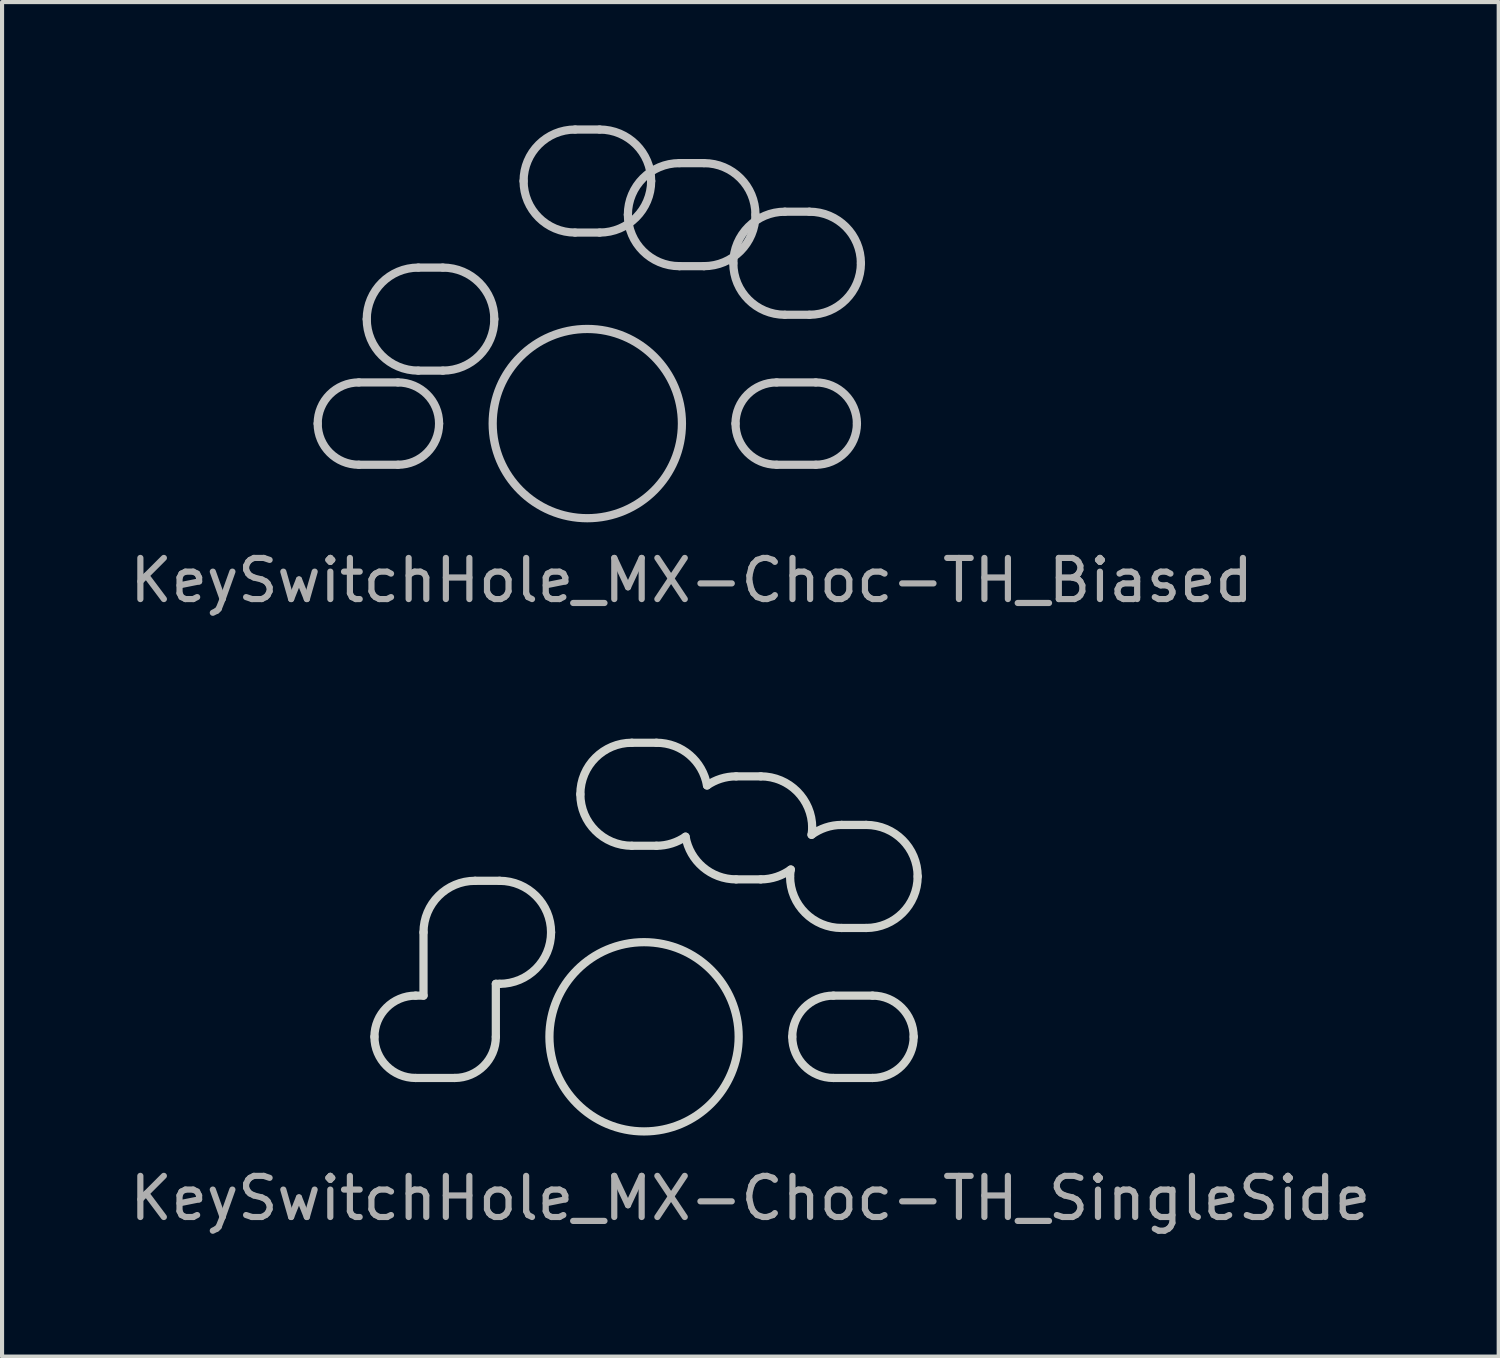
<source format=kicad_pcb>
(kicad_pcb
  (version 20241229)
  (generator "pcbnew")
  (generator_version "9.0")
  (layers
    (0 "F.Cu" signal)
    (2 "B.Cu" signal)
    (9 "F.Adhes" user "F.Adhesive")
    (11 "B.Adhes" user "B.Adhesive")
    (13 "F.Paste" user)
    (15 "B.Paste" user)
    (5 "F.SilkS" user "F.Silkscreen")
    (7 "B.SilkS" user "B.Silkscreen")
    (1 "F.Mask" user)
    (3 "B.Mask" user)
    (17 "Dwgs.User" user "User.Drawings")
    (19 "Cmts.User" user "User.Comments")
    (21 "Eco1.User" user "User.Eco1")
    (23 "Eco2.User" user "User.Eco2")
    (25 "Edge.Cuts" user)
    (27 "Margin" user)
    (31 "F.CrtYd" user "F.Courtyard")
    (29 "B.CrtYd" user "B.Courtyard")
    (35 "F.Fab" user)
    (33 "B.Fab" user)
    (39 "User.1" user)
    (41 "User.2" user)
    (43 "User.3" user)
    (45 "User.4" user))
  (footprint "KeySwitchHole_MX-Choc-TH_SingleSide"
    (layer "F.Cu")
    (at 12.611 22.161)
    (property "Reference" "KeySwitchHole_MX-Choc-TH_SingleSide" (at 2.585 3.927 0) (layer "F.Fab") (effects (font (size 1 1) (thickness 0.15))))
    (attr through_hole)
    (fp_circle (center 0 0) (end 2.301 0) (stroke (width 0.2) (type solid)) (fill no) (layer "Edge.Cuts"))
    (fp_curve (pts (xy -6.556 -0.000261) (xy -6.556 0.553) (xy -6.108 1.001) (xy -5.555 1.001)) (stroke (width 0.2) (type solid)) (layer "Edge.Cuts"))
    (fp_curve (pts (xy -5.555 -1.001) (xy -6.108 -1.001) (xy -6.556 -0.553) (xy -6.556 -0.000261)) (stroke (width 0.2) (type solid)) (layer "Edge.Cuts"))
    (fp_curve (pts (xy -5.555 1.001) (xy -5.555 1.001) (xy -4.605 1.001) (xy -4.605 1.001)) (stroke (width 0.2) (type solid)) (layer "Edge.Cuts"))
    (fp_curve (pts (xy -5.363 -2.54) (xy -5.363 -2.54) (xy -5.363 -1.001) (xy -5.363 -1.001)) (stroke (width 0.2) (type solid)) (layer "Edge.Cuts"))
    (fp_curve (pts (xy -5.363 -1.001) (xy -5.363 -1.001) (xy -5.555 -1.001) (xy -5.555 -1.001)) (stroke (width 0.2) (type solid)) (layer "Edge.Cuts"))
    (fp_curve (pts (xy -4.605 1.001) (xy -4.053 1.001) (xy -3.604 0.553) (xy -3.604 -0.000261)) (stroke (width 0.2) (type solid)) (layer "Edge.Cuts"))
    (fp_curve (pts (xy -4.11 -3.793) (xy -4.802 -3.793) (xy -5.363 -3.232) (xy -5.363 -2.54)) (stroke (width 0.2) (type solid)) (layer "Edge.Cuts"))
    (fp_curve (pts (xy -3.604 -1.288) (xy -3.604 -1.288) (xy -3.513 -1.288) (xy -3.513 -1.288)) (stroke (width 0.2) (type solid)) (layer "Edge.Cuts"))
    (fp_curve (pts (xy -3.604 -0.000261) (xy -3.604 -0.000261) (xy -3.604 -1.288) (xy -3.604 -1.288)) (stroke (width 0.2) (type solid)) (layer "Edge.Cuts"))
    (fp_curve (pts (xy -3.513 -3.793) (xy -3.513 -3.793) (xy -4.11 -3.793) (xy -4.11 -3.793)) (stroke (width 0.2) (type solid)) (layer "Edge.Cuts"))
    (fp_curve (pts (xy -3.513 -1.288) (xy -2.821 -1.288) (xy -2.261 -1.848) (xy -2.261 -2.54)) (stroke (width 0.2) (type solid)) (layer "Edge.Cuts"))
    (fp_curve (pts (xy -2.261 -2.54) (xy -2.261 -3.232) (xy -2.821 -3.793) (xy -3.513 -3.793)) (stroke (width 0.2) (type solid)) (layer "Edge.Cuts"))
    (fp_curve (pts (xy -1.549 -5.898) (xy -1.549 -5.206) (xy -0.988 -4.645) (xy -0.297 -4.645)) (stroke (width 0.2) (type solid)) (layer "Edge.Cuts"))
    (fp_curve (pts (xy -0.297 -7.15) (xy -0.988 -7.15) (xy -1.549 -6.59) (xy -1.549 -5.898)) (stroke (width 0.2) (type solid)) (layer "Edge.Cuts"))
    (fp_curve (pts (xy -0.297 -4.645) (xy -0.297 -4.645) (xy 0.3 -4.645) (xy 0.3 -4.645)) (stroke (width 0.2) (type solid)) (layer "Edge.Cuts"))
    (fp_curve (pts (xy 0.3 -7.15) (xy 0.3 -7.15) (xy -0.297 -7.15) (xy -0.297 -7.15)) (stroke (width 0.2) (type solid)) (layer "Edge.Cuts"))
    (fp_curve (pts (xy 0.3 -4.645) (xy 0.563 -4.645) (xy 0.807 -4.727) (xy 1.009 -4.866)) (stroke (width 0.2) (type solid)) (layer "Edge.Cuts"))
    (fp_curve (pts (xy 1.009 -4.866) (xy 1.111 -4.277) (xy 1.622 -3.828) (xy 2.24 -3.828)) (stroke (width 0.2) (type solid)) (layer "Edge.Cuts"))
    (fp_curve (pts (xy 1.531 -6.112) (xy 1.429 -6.701) (xy 0.918 -7.15) (xy 0.3 -7.15)) (stroke (width 0.2) (type solid)) (layer "Edge.Cuts"))
    (fp_curve (pts (xy 2.24 -6.333) (xy 1.977 -6.333) (xy 1.733 -6.251) (xy 1.531 -6.112)) (stroke (width 0.2) (type solid)) (layer "Edge.Cuts"))
    (fp_curve (pts (xy 2.24 -3.828) (xy 2.24 -3.828) (xy 2.837 -3.828) (xy 2.837 -3.828)) (stroke (width 0.2) (type solid)) (layer "Edge.Cuts"))
    (fp_curve (pts (xy 2.837 -6.333) (xy 2.837 -6.333) (xy 2.24 -6.333) (xy 2.24 -6.333)) (stroke (width 0.2) (type solid)) (layer "Edge.Cuts"))
    (fp_curve (pts (xy 2.837 -3.828) (xy 3.11 -3.828) (xy 3.362 -3.918) (xy 3.568 -4.067)) (stroke (width 0.2) (type solid)) (layer "Edge.Cuts"))
    (fp_curve (pts (xy 3.551 -3.899) (xy 3.551 -3.207) (xy 4.112 -2.646) (xy 4.804 -2.646)) (stroke (width 0.2) (type solid)) (layer "Edge.Cuts"))
    (fp_curve (pts (xy 3.568 -4.067) (xy 3.56 -4.011) (xy 3.551 -3.956) (xy 3.551 -3.899)) (stroke (width 0.2) (type solid)) (layer "Edge.Cuts"))
    (fp_curve (pts (xy 3.604 -0.000256) (xy 3.604 -0.553) (xy 4.052 -1.001) (xy 4.605 -1.001)) (stroke (width 0.2) (type solid)) (layer "Edge.Cuts"))
    (fp_curve (pts (xy 4.073 -4.912) (xy 4.08 -4.968) (xy 4.089 -5.023) (xy 4.089 -5.08)) (stroke (width 0.2) (type solid)) (layer "Edge.Cuts"))
    (fp_curve (pts (xy 4.089 -5.08) (xy 4.089 -5.772) (xy 3.529 -6.333) (xy 2.837 -6.333)) (stroke (width 0.2) (type solid)) (layer "Edge.Cuts"))
    (fp_curve (pts (xy 4.605 -1.001) (xy 4.605 -1.001) (xy 5.555 -1.001) (xy 5.555 -1.001)) (stroke (width 0.2) (type solid)) (layer "Edge.Cuts"))
    (fp_curve (pts (xy 4.605 1.001) (xy 4.052 1.001) (xy 3.604 0.553) (xy 3.604 -0.000256)) (stroke (width 0.2) (type solid)) (layer "Edge.Cuts"))
    (fp_curve (pts (xy 4.804 -5.152) (xy 4.53 -5.152) (xy 4.279 -5.061) (xy 4.073 -4.912)) (stroke (width 0.2) (type solid)) (layer "Edge.Cuts"))
    (fp_curve (pts (xy 4.804 -2.646) (xy 4.804 -2.646) (xy 5.4 -2.646) (xy 5.4 -2.646)) (stroke (width 0.2) (type solid)) (layer "Edge.Cuts"))
    (fp_curve (pts (xy 5.4 -5.152) (xy 5.4 -5.152) (xy 4.804 -5.152) (xy 4.804 -5.152)) (stroke (width 0.2) (type solid)) (layer "Edge.Cuts"))
    (fp_curve (pts (xy 5.4 -2.646) (xy 6.092 -2.646) (xy 6.653 -3.207) (xy 6.653 -3.899)) (stroke (width 0.2) (type solid)) (layer "Edge.Cuts"))
    (fp_curve (pts (xy 5.555 -1.001) (xy 6.108 -1.001) (xy 6.556 -0.553) (xy 6.556 -0.000256)) (stroke (width 0.2) (type solid)) (layer "Edge.Cuts"))
    (fp_curve (pts (xy 5.555 1.001) (xy 5.555 1.001) (xy 4.605 1.001) (xy 4.605 1.001)) (stroke (width 0.2) (type solid)) (layer "Edge.Cuts"))
    (fp_curve (pts (xy 6.556 -0.000256) (xy 6.556 0.553) (xy 6.108 1.001) (xy 5.555 1.001)) (stroke (width 0.2) (type solid)) (layer "Edge.Cuts"))
    (fp_curve (pts (xy 6.653 -3.899) (xy 6.653 -4.591) (xy 6.092 -5.152) (xy 5.4 -5.152)) (stroke (width 0.2) (type solid)) (layer "Edge.Cuts")))
  (footprint "KeySwitchHole_MX-Choc-TH_Biased"
    (layer "F.Cu")
    (at 11.231 7.25)
    (property "Reference" "KeySwitchHole_MX-Choc-TH_Biased" (at 2.537 3.812 0) (layer "F.Fab") (effects (font (size 1 1) (thickness 0.15))))
    (attr through_hole)
    (fp_circle (center 0 0) (end 2.301 0) (stroke (width 0.2) (type solid)) (fill no) (layer "Dwgs.User"))
    (fp_curve (pts (xy -6.556 -0.000255) (xy -6.556 -0.553) (xy -6.108 -1.001) (xy -5.555 -1.001)) (stroke (width 0.2) (type solid)) (layer "Dwgs.User"))
    (fp_curve (pts (xy -5.555 -1.001) (xy -5.555 -1.001) (xy -4.605 -1.001) (xy -4.605 -1.001)) (stroke (width 0.2) (type solid)) (layer "Dwgs.User"))
    (fp_curve (pts (xy -5.555 1.001) (xy -6.108 1.001) (xy -6.556 0.553) (xy -6.556 -0.000255)) (stroke (width 0.2) (type solid)) (layer "Dwgs.User"))
    (fp_curve (pts (xy -5.363 -2.54) (xy -5.363 -3.232) (xy -4.802 -3.793) (xy -4.11 -3.793)) (stroke (width 0.2) (type solid)) (layer "Dwgs.User"))
    (fp_curve (pts (xy -4.605 -1.001) (xy -4.053 -1.001) (xy -3.604 -0.553) (xy -3.604 -0.000255)) (stroke (width 0.2) (type solid)) (layer "Dwgs.User"))
    (fp_curve (pts (xy -4.605 1.001) (xy -4.605 1.001) (xy -5.555 1.001) (xy -5.555 1.001)) (stroke (width 0.2) (type solid)) (layer "Dwgs.User"))
    (fp_curve (pts (xy -4.11 -3.793) (xy -4.11 -3.793) (xy -3.513 -3.793) (xy -3.513 -3.793)) (stroke (width 0.2) (type solid)) (layer "Dwgs.User"))
    (fp_curve (pts (xy -4.11 -1.288) (xy -4.802 -1.288) (xy -5.363 -1.848) (xy -5.363 -2.54)) (stroke (width 0.2) (type solid)) (layer "Dwgs.User"))
    (fp_curve (pts (xy -3.604 -0.000255) (xy -3.604 0.553) (xy -4.053 1.001) (xy -4.605 1.001)) (stroke (width 0.2) (type solid)) (layer "Dwgs.User"))
    (fp_curve (pts (xy -3.513 -3.793) (xy -2.821 -3.793) (xy -2.261 -3.232) (xy -2.261 -2.54)) (stroke (width 0.2) (type solid)) (layer "Dwgs.User"))
    (fp_curve (pts (xy -3.513 -1.288) (xy -3.513 -1.288) (xy -4.11 -1.288) (xy -4.11 -1.288)) (stroke (width 0.2) (type solid)) (layer "Dwgs.User"))
    (fp_curve (pts (xy -2.261 -2.54) (xy -2.261 -1.848) (xy -2.821 -1.288) (xy -3.513 -1.288)) (stroke (width 0.2) (type solid)) (layer "Dwgs.User"))
    (fp_curve (pts (xy -1.549 -5.898) (xy -1.549 -6.59) (xy -0.988 -7.15) (xy -0.297 -7.15)) (stroke (width 0.2) (type solid)) (layer "Dwgs.User"))
    (fp_curve (pts (xy -0.297 -7.15) (xy -0.297 -7.15) (xy 0.3 -7.15) (xy 0.3 -7.15)) (stroke (width 0.2) (type solid)) (layer "Dwgs.User"))
    (fp_curve (pts (xy -0.297 -4.645) (xy -0.988 -4.645) (xy -1.549 -5.206) (xy -1.549 -5.898)) (stroke (width 0.2) (type solid)) (layer "Dwgs.User"))
    (fp_curve (pts (xy 0.3 -7.15) (xy 0.992 -7.15) (xy 1.553 -6.59) (xy 1.553 -5.898)) (stroke (width 0.2) (type solid)) (layer "Dwgs.User"))
    (fp_curve (pts (xy 0.3 -4.645) (xy 0.3 -4.645) (xy -0.297 -4.645) (xy -0.297 -4.645)) (stroke (width 0.2) (type solid)) (layer "Dwgs.User"))
    (fp_curve (pts (xy 0.987 -5.08) (xy 0.987 -5.772) (xy 1.548 -6.333) (xy 2.24 -6.333)) (stroke (width 0.2) (type solid)) (layer "Dwgs.User"))
    (fp_curve (pts (xy 1.553 -5.898) (xy 1.553 -5.206) (xy 0.992 -4.645) (xy 0.3 -4.645)) (stroke (width 0.2) (type solid)) (layer "Dwgs.User"))
    (fp_curve (pts (xy 2.24 -6.333) (xy 2.24 -6.333) (xy 2.837 -6.333) (xy 2.837 -6.333)) (stroke (width 0.2) (type solid)) (layer "Dwgs.User"))
    (fp_curve (pts (xy 2.24 -3.828) (xy 1.548 -3.828) (xy 0.987 -4.388) (xy 0.987 -5.08)) (stroke (width 0.2) (type solid)) (layer "Dwgs.User"))
    (fp_curve (pts (xy 2.837 -6.333) (xy 3.529 -6.333) (xy 4.089 -5.772) (xy 4.089 -5.08)) (stroke (width 0.2) (type solid)) (layer "Dwgs.User"))
    (fp_curve (pts (xy 2.837 -3.828) (xy 2.837 -3.828) (xy 2.24 -3.828) (xy 2.24 -3.828)) (stroke (width 0.2) (type solid)) (layer "Dwgs.User"))
    (fp_curve (pts (xy 3.551 -3.899) (xy 3.551 -4.591) (xy 4.112 -5.152) (xy 4.804 -5.152)) (stroke (width 0.2) (type solid)) (layer "Dwgs.User"))
    (fp_curve (pts (xy 3.604 -0.000255) (xy 3.604 -0.553) (xy 4.052 -1.001) (xy 4.605 -1.001)) (stroke (width 0.2) (type solid)) (layer "Dwgs.User"))
    (fp_curve (pts (xy 4.089 -5.08) (xy 4.089 -4.388) (xy 3.529 -3.828) (xy 2.837 -3.828)) (stroke (width 0.2) (type solid)) (layer "Dwgs.User"))
    (fp_curve (pts (xy 4.605 -1.001) (xy 4.605 -1.001) (xy 5.555 -1.001) (xy 5.555 -1.001)) (stroke (width 0.2) (type solid)) (layer "Dwgs.User"))
    (fp_curve (pts (xy 4.605 1.001) (xy 4.052 1.001) (xy 3.604 0.553) (xy 3.604 -0.000255)) (stroke (width 0.2) (type solid)) (layer "Dwgs.User"))
    (fp_curve (pts (xy 4.804 -5.152) (xy 4.804 -5.152) (xy 5.4 -5.152) (xy 5.4 -5.152)) (stroke (width 0.2) (type solid)) (layer "Dwgs.User"))
    (fp_curve (pts (xy 4.804 -2.646) (xy 4.112 -2.646) (xy 3.551 -3.207) (xy 3.551 -3.899)) (stroke (width 0.2) (type solid)) (layer "Dwgs.User"))
    (fp_curve (pts (xy 5.4 -5.152) (xy 6.092 -5.152) (xy 6.653 -4.591) (xy 6.653 -3.899)) (stroke (width 0.2) (type solid)) (layer "Dwgs.User"))
    (fp_curve (pts (xy 5.4 -2.646) (xy 5.4 -2.646) (xy 4.804 -2.646) (xy 4.804 -2.646)) (stroke (width 0.2) (type solid)) (layer "Dwgs.User"))
    (fp_curve (pts (xy 5.555 -1.001) (xy 6.108 -1.001) (xy 6.556 -0.553) (xy 6.556 -0.000255)) (stroke (width 0.2) (type solid)) (layer "Dwgs.User"))
    (fp_curve (pts (xy 5.555 1.001) (xy 5.555 1.001) (xy 4.605 1.001) (xy 4.605 1.001)) (stroke (width 0.2) (type solid)) (layer "Dwgs.User"))
    (fp_curve (pts (xy 6.556 -0.000255) (xy 6.556 0.553) (xy 6.108 1.001) (xy 5.555 1.001)) (stroke (width 0.2) (type solid)) (layer "Dwgs.User"))
    (fp_curve (pts (xy 6.653 -3.899) (xy 6.653 -3.207) (xy 6.092 -2.646) (xy 5.4 -2.646)) (stroke (width 0.2) (type solid)) (layer "Dwgs.User")))
  (gr_rect
    (start -3 -3)
    (end 33.393 29.937)
    (stroke (width 0.1) (type default))
    (fill no)
    (layer "Edge.Cuts")))
</source>
